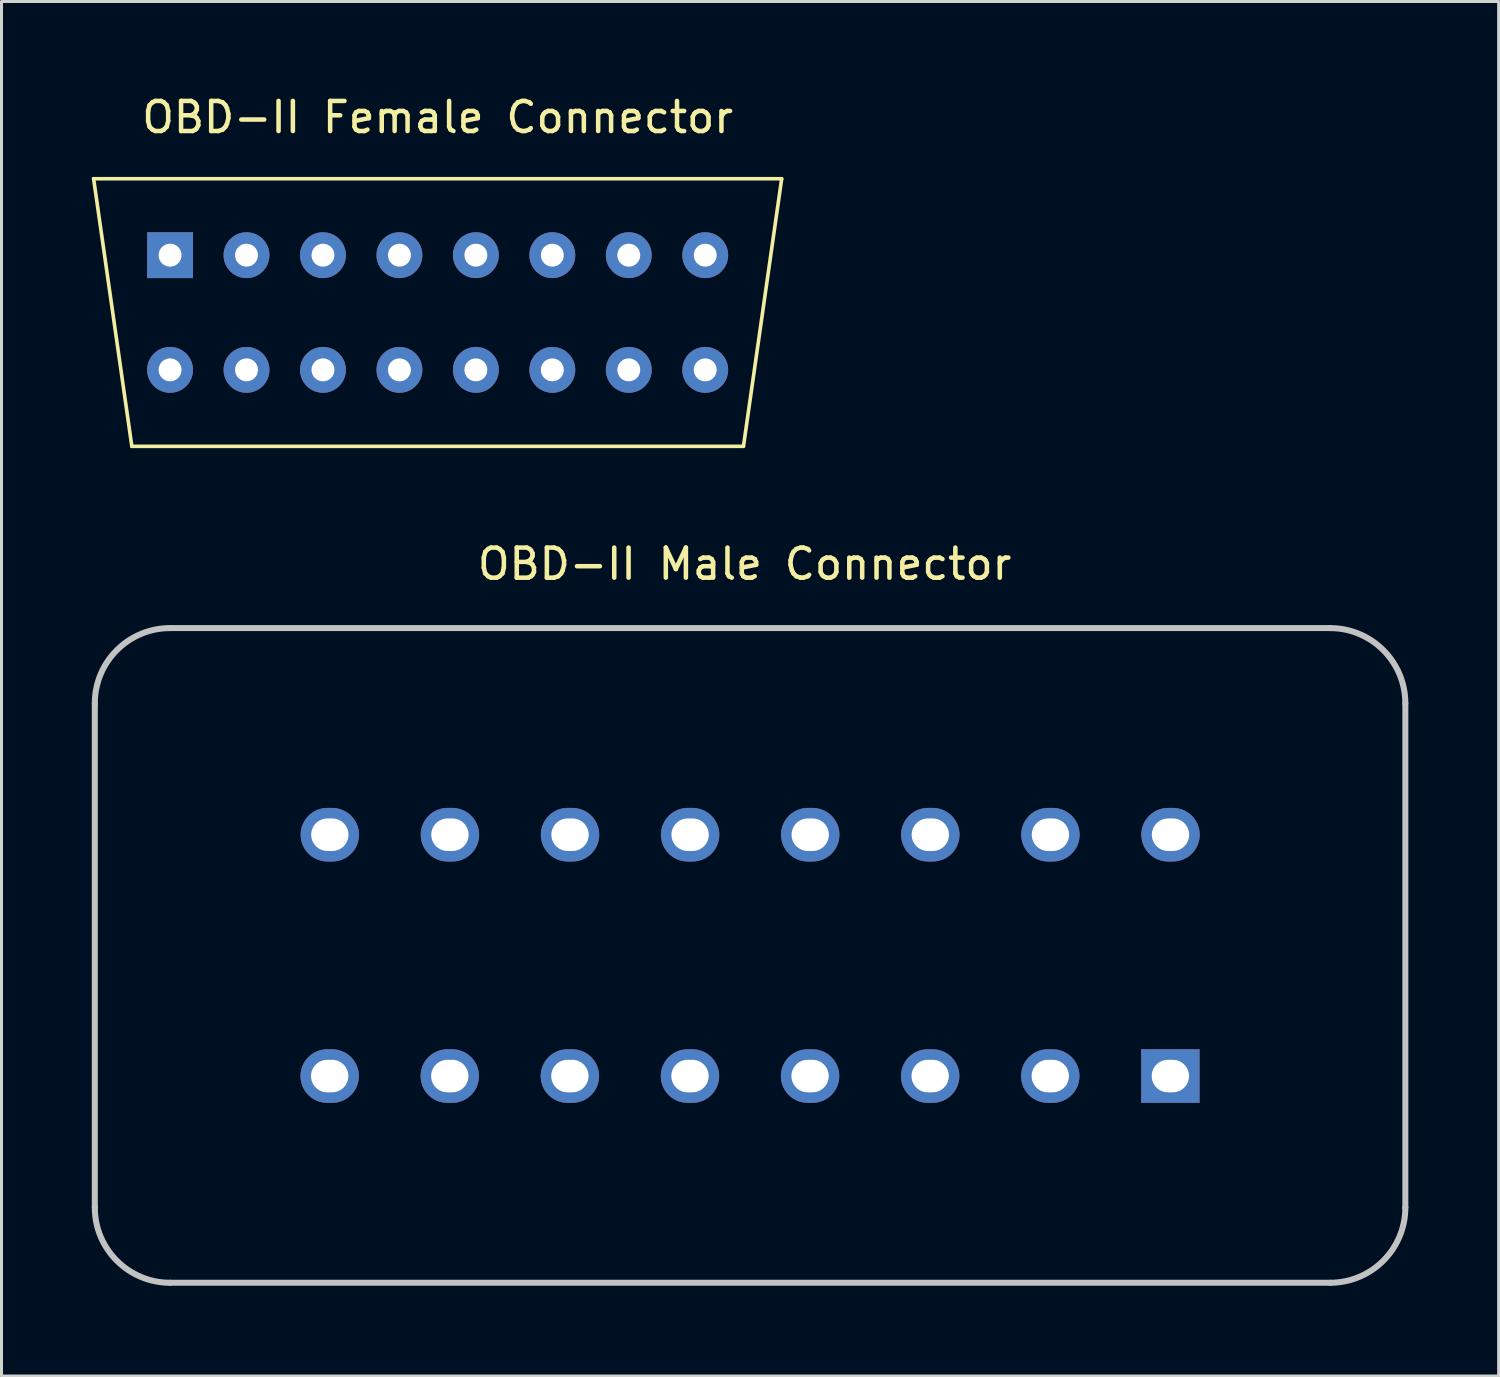
<source format=kicad_pcb>
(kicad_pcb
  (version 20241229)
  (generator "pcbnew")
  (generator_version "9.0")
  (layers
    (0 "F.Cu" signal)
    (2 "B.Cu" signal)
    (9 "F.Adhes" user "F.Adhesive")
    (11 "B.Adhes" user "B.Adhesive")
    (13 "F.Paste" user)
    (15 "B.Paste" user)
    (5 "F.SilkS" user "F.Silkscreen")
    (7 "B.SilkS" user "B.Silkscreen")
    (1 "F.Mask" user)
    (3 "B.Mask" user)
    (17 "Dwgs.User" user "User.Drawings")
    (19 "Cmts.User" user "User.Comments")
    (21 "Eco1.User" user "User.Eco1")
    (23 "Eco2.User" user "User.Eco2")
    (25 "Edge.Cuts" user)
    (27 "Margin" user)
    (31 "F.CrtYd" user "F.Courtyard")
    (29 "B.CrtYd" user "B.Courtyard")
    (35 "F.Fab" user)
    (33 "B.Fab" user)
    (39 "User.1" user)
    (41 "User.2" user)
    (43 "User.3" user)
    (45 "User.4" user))
  (footprint "OBD-II Male Connector"
    (layer "F.Cu")
    (at 21.69 15.187)
    (property "Reference" "OBD-II Male Connector" (at 0 0.5 0) (layer "F.SilkS") (effects (font (size 1 1) (thickness 0.15))))
    (attr through_hole)
    (fp_line (start -21.59 5.13) (end -21.59 21.88) (stroke (width 0.2) (type solid)) (layer "Dwgs.User"))
    (fp_line (start -19.09 24.38) (end 19.45 24.38) (stroke (width 0.2) (type solid)) (layer "Dwgs.User"))
    (fp_line (start 19.45 2.63) (end -19.09 2.63) (stroke (width 0.2) (type solid)) (layer "Dwgs.User"))
    (fp_line (start 21.95 21.88) (end 21.95 5.13) (stroke (width 0.2) (type solid)) (layer "Dwgs.User"))
    (fp_arc (start -21.59 5.130434) (mid -20.857767 3.362667) (end -19.09 2.630434) (stroke (width 0.2) (type solid)) (layer "Dwgs.User"))
    (fp_arc (start -19.09 24.380434) (mid -20.857767 23.648201) (end -21.59 21.880434) (stroke (width 0.2) (type solid)) (layer "Dwgs.User"))
    (fp_arc (start 19.45 2.630434) (mid 21.217767 3.362667) (end 21.95 5.130434) (stroke (width 0.2) (type solid)) (layer "Dwgs.User"))
    (fp_arc (start 21.95 21.880434) (mid 21.217767 23.648201) (end 19.45 24.380434) (stroke (width 0.2) (type solid)) (layer "Dwgs.User"))
    (pad "1" thru_hole rect (at 14.143 17.513) (size 1.94 1.78) (drill oval 1.24 1.08) (layers "*.Cu" "*.Mask"))
    (pad "2" thru_hole oval (at 10.153 17.513) (size 1.94 1.78) (drill oval 1.24 1.08) (layers "*.Cu" "*.Mask"))
    (pad "3" thru_hole oval (at 6.163 17.513) (size 1.94 1.78) (drill oval 1.24 1.08) (layers "*.Cu" "*.Mask"))
    (pad "4" thru_hole oval (at 2.173 17.513) (size 1.94 1.78) (drill oval 1.24 1.08) (layers "*.Cu" "*.Mask"))
    (pad "5" thru_hole oval (at -1.817 17.513) (size 1.94 1.78) (drill oval 1.24 1.08) (layers "*.Cu" "*.Mask"))
    (pad "6" thru_hole oval (at -5.807 17.513) (size 1.94 1.78) (drill oval 1.24 1.08) (layers "*.Cu" "*.Mask"))
    (pad "7" thru_hole oval (at -9.797 17.513) (size 1.94 1.78) (drill oval 1.24 1.08) (layers "*.Cu" "*.Mask"))
    (pad "8" thru_hole oval (at -13.787 17.513) (size 1.94 1.78) (drill oval 1.24 1.08) (layers "*.Cu" "*.Mask"))
    (pad "9" thru_hole oval (at 14.148 9.495) (size 1.94 1.78) (drill oval 1.24 1.08) (layers "*.Cu" "*.Mask"))
    (pad "10" thru_hole oval (at 10.158 9.495) (size 1.94 1.78) (drill oval 1.24 1.08) (layers "*.Cu" "*.Mask"))
    (pad "11" thru_hole oval (at 6.168 9.495) (size 1.94 1.78) (drill oval 1.24 1.08) (layers "*.Cu" "*.Mask"))
    (pad "12" thru_hole oval (at 2.178 9.495) (size 1.94 1.78) (drill oval 1.24 1.08) (layers "*.Cu" "*.Mask"))
    (pad "13" thru_hole oval (at -1.812 9.495) (size 1.94 1.78) (drill oval 1.24 1.08) (layers "*.Cu" "*.Mask"))
    (pad "14" thru_hole oval (at -5.802 9.495) (size 1.94 1.78) (drill oval 1.24 1.08) (layers "*.Cu" "*.Mask"))
    (pad "15" thru_hole oval (at -9.792 9.495) (size 1.94 1.78) (drill oval 1.24 1.08) (layers "*.Cu" "*.Mask"))
    (pad "16" thru_hole oval (at -13.782 9.495) (size 1.94 1.78) (drill oval 1.24 1.08) (layers "*.Cu" "*.Mask")))
  (footprint "OBD-II Female Connector"
    (layer "F.Cu")
    (at 11.49 0.348)
    (property "Reference" "OBD-II Female Connector" (at 0 0.5 0) (layer "F.SilkS") (effects (font (size 1 1) (thickness 0.15))))
    (attr through_hole)
    (fp_line (start -11.43 2.54) (end 11.43 2.54) (stroke (width 0.12) (type solid)) (layer "F.SilkS"))
    (fp_line (start -10.16 11.43) (end -11.43 2.54) (stroke (width 0.12) (type solid)) (layer "F.SilkS"))
    (fp_line (start 10.16 11.43) (end -10.16 11.43) (stroke (width 0.12) (type solid)) (layer "F.SilkS"))
    (fp_line (start 11.43 2.54) (end 10.16 11.43) (stroke (width 0.12) (type solid)) (layer "F.SilkS"))
    (pad "1" thru_hole rect (at -8.89 5.08) (size 1.524 1.524) (drill 0.762) (layers "*.Cu" "*.Mask"))
    (pad "2" thru_hole circle (at -6.35 5.08) (size 1.524 1.524) (drill 0.762) (layers "*.Cu" "*.Mask"))
    (pad "3" thru_hole circle (at -3.81 5.08) (size 1.524 1.524) (drill 0.762) (layers "*.Cu" "*.Mask"))
    (pad "4" thru_hole circle (at -1.27 5.08) (size 1.524 1.524) (drill 0.762) (layers "*.Cu" "*.Mask"))
    (pad "5" thru_hole circle (at 1.27 5.08) (size 1.524 1.524) (drill 0.762) (layers "*.Cu" "*.Mask"))
    (pad "6" thru_hole circle (at 3.81 5.08) (size 1.524 1.524) (drill 0.762) (layers "*.Cu" "*.Mask"))
    (pad "7" thru_hole circle (at 6.35 5.08) (size 1.524 1.524) (drill 0.762) (layers "*.Cu" "*.Mask"))
    (pad "8" thru_hole circle (at 8.89 5.08) (size 1.524 1.524) (drill 0.762) (layers "*.Cu" "*.Mask"))
    (pad "9" thru_hole circle (at -8.89 8.89) (size 1.524 1.524) (drill 0.762) (layers "*.Cu" "*.Mask"))
    (pad "10" thru_hole circle (at -6.35 8.89) (size 1.524 1.524) (drill 0.762) (layers "*.Cu" "*.Mask"))
    (pad "11" thru_hole circle (at -3.81 8.89) (size 1.524 1.524) (drill 0.762) (layers "*.Cu" "*.Mask"))
    (pad "12" thru_hole circle (at -1.27 8.89) (size 1.524 1.524) (drill 0.762) (layers "*.Cu" "*.Mask"))
    (pad "13" thru_hole circle (at 1.27 8.89) (size 1.524 1.524) (drill 0.762) (layers "*.Cu" "*.Mask"))
    (pad "14" thru_hole circle (at 3.81 8.89) (size 1.524 1.524) (drill 0.762) (layers "*.Cu" "*.Mask"))
    (pad "15" thru_hole circle (at 6.35 8.89) (size 1.524 1.524) (drill 0.762) (layers "*.Cu" "*.Mask"))
    (pad "16" thru_hole circle (at 8.89 8.89) (size 1.524 1.524) (drill 0.762) (layers "*.Cu" "*.Mask")))
  (gr_rect
    (start -3 -3)
    (end 46.74 42.667)
    (stroke (width 0.1) (type default))
    (fill no)
    (layer "Edge.Cuts")))
</source>
